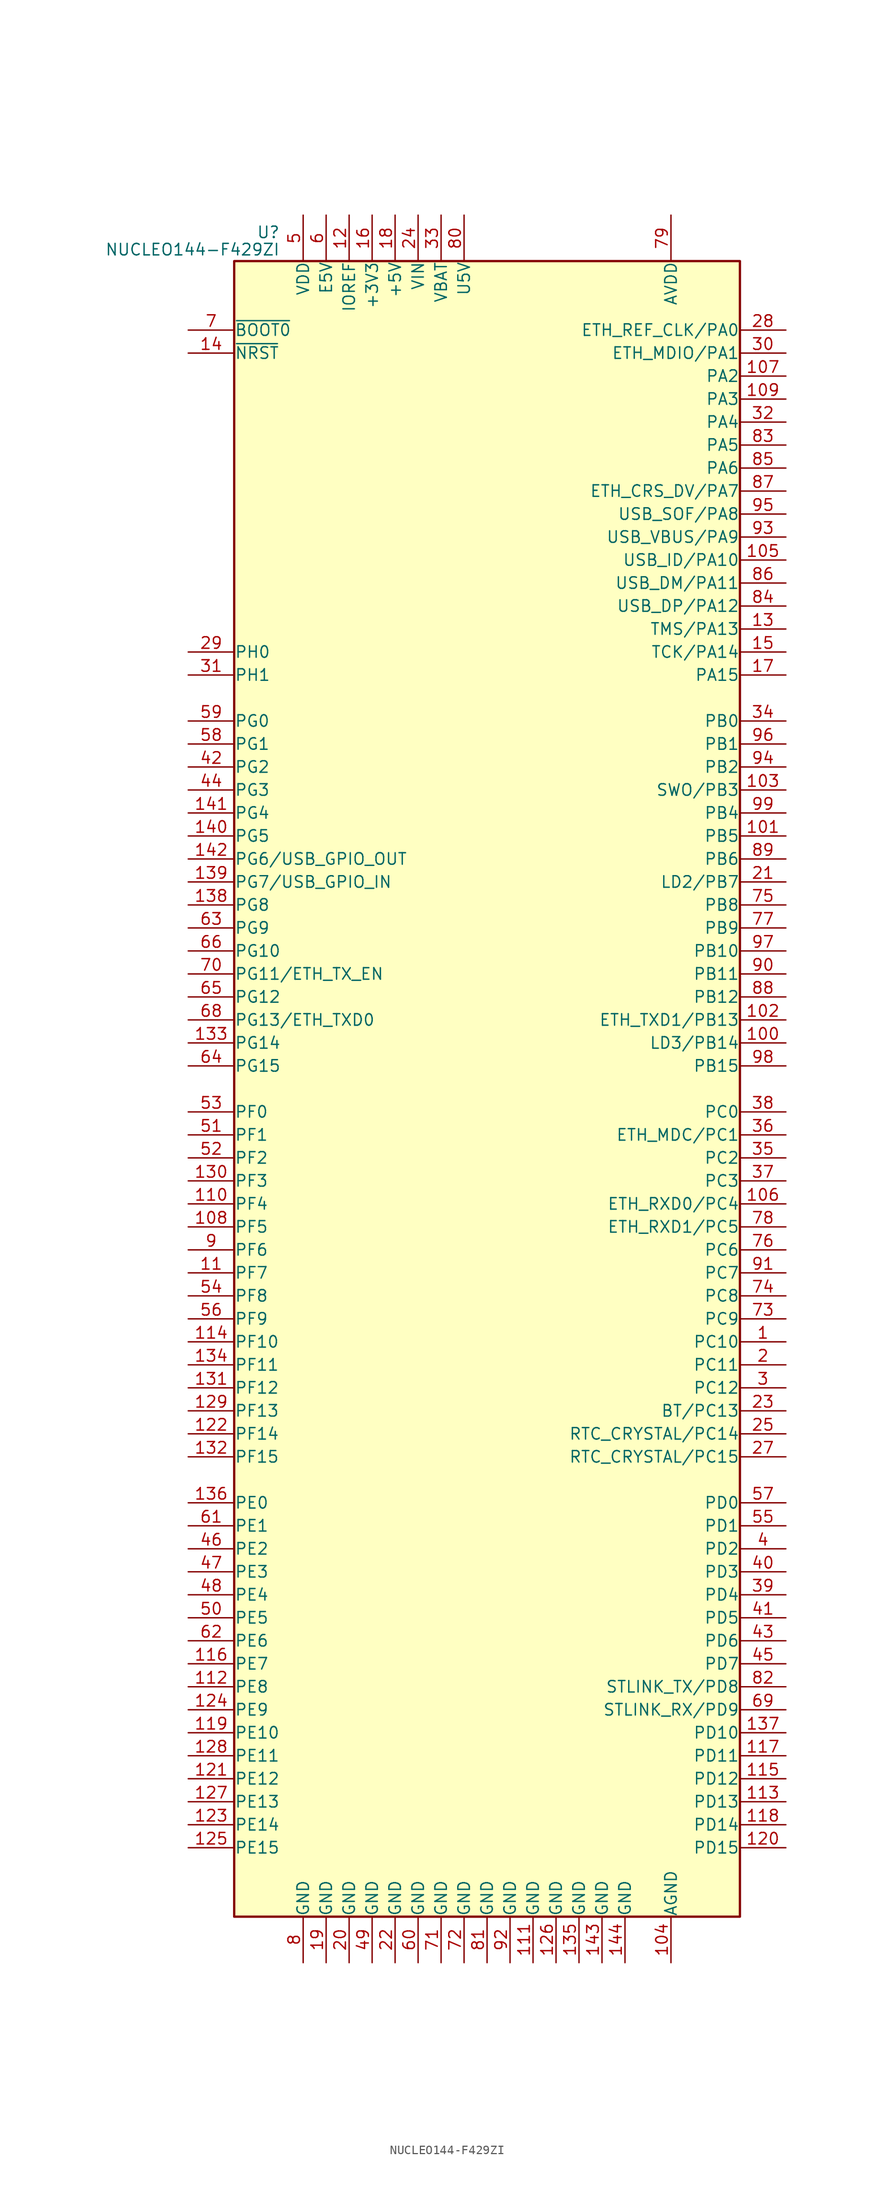
<source format=kicad_sym>
(kicad_symbol_lib
  (version 20201005)
  (generator kicad_symbol_editor)
  (symbol "NUCLEO144-F429ZI"
    (pin_names
      (offset 0.025))
    (property "Reference" "U"
      (at -22.86 94.615 0)
      (effects (font (size 1.27 1.27)) (justify right)))
    (property "Value" "NUCLEO144-F429ZI"
      (at -22.86 92.71 0)
      (effects (font (size 1.27 1.27)) (justify right)))
    (symbol "NUCLEO144-F429ZI_0_1"
      (rectangle (start -27.94 -91.44) (end 27.94 91.44) (stroke (width 0.254)) (fill (type background))))
    (symbol "NUCLEO144-F429ZI_1_1"
      (pin bidirectional line (at 33.02 -27.94 180) (length 5.08) (name "PC10" (effects (font (size 1.27 1.27)))) (number "1" (effects (font (size 1.27 1.27)))))
      (pin no_connect line (at -33.02 55.88 0) (length 5.08) hide (name "NC" (effects (font (size 1.27 1.27)))) (number "10" (effects (font (size 1.27 1.27)))))
      (pin bidirectional line (at 33.02 5.08 180) (length 5.08) (name "LD3/PB14" (effects (font (size 1.27 1.27)))) (number "100" (effects (font (size 1.27 1.27)))))
      (pin bidirectional line (at 33.02 27.94 180) (length 5.08) (name "PB5" (effects (font (size 1.27 1.27)))) (number "101" (effects (font (size 1.27 1.27)))))
      (pin bidirectional line (at 33.02 7.62 180) (length 5.08) (name "ETH_TXD1/PB13" (effects (font (size 1.27 1.27)))) (number "102" (effects (font (size 1.27 1.27)))))
      (pin bidirectional line (at 33.02 33.02 180) (length 5.08) (name "SWO/PB3" (effects (font (size 1.27 1.27)))) (number "103" (effects (font (size 1.27 1.27)))))
      (pin power_in line (at 20.32 -96.52 90) (length 5.08) (name "AGND" (effects (font (size 1.27 1.27)))) (number "104" (effects (font (size 1.27 1.27)))))
      (pin bidirectional line (at 33.02 58.42 180) (length 5.08) (name "USB_ID/PA10" (effects (font (size 1.27 1.27)))) (number "105" (effects (font (size 1.27 1.27)))))
      (pin bidirectional line (at 33.02 -12.7 180) (length 5.08) (name "ETH_RXD0/PC4" (effects (font (size 1.27 1.27)))) (number "106" (effects (font (size 1.27 1.27)))))
      (pin bidirectional line (at 33.02 78.74 180) (length 5.08) (name "PA2" (effects (font (size 1.27 1.27)))) (number "107" (effects (font (size 1.27 1.27)))))
      (pin bidirectional line (at -33.02 -15.24 0) (length 5.08) (name "PF5" (effects (font (size 1.27 1.27)))) (number "108" (effects (font (size 1.27 1.27)))))
      (pin bidirectional line (at 33.02 76.2 180) (length 5.08) (name "PA3" (effects (font (size 1.27 1.27)))) (number "109" (effects (font (size 1.27 1.27)))))
      (pin bidirectional line (at -33.02 -20.32 0) (length 5.08) (name "PF7" (effects (font (size 1.27 1.27)))) (number "11" (effects (font (size 1.27 1.27)))))
      (pin bidirectional line (at -33.02 -12.7 0) (length 5.08) (name "PF4" (effects (font (size 1.27 1.27)))) (number "110" (effects (font (size 1.27 1.27)))))
      (pin power_in line (at 5.08 -96.52 90) (length 5.08) (name "GND" (effects (font (size 1.27 1.27)))) (number "111" (effects (font (size 1.27 1.27)))))
      (pin bidirectional line (at -33.02 -66.04 0) (length 5.08) (name "PE8" (effects (font (size 1.27 1.27)))) (number "112" (effects (font (size 1.27 1.27)))))
      (pin bidirectional line (at 33.02 -78.74 180) (length 5.08) (name "PD13" (effects (font (size 1.27 1.27)))) (number "113" (effects (font (size 1.27 1.27)))))
      (pin bidirectional line (at -33.02 -27.94 0) (length 5.08) (name "PF10" (effects (font (size 1.27 1.27)))) (number "114" (effects (font (size 1.27 1.27)))))
      (pin bidirectional line (at 33.02 -76.2 180) (length 5.08) (name "PD12" (effects (font (size 1.27 1.27)))) (number "115" (effects (font (size 1.27 1.27)))))
      (pin bidirectional line (at -33.02 -63.5 0) (length 5.08) (name "PE7" (effects (font (size 1.27 1.27)))) (number "116" (effects (font (size 1.27 1.27)))))
      (pin bidirectional line (at 33.02 -73.66 180) (length 5.08) (name "PD11" (effects (font (size 1.27 1.27)))) (number "117" (effects (font (size 1.27 1.27)))))
      (pin bidirectional line (at 33.02 -81.28 180) (length 5.08) (name "PD14" (effects (font (size 1.27 1.27)))) (number "118" (effects (font (size 1.27 1.27)))))
      (pin bidirectional line (at -33.02 -71.12 0) (length 5.08) (name "PE10" (effects (font (size 1.27 1.27)))) (number "119" (effects (font (size 1.27 1.27)))))
      (pin power_in line (at -15.24 96.52 270) (length 5.08) (name "IOREF" (effects (font (size 1.27 1.27)))) (number "12" (effects (font (size 1.27 1.27)))))
      (pin bidirectional line (at 33.02 -83.82 180) (length 5.08) (name "PD15" (effects (font (size 1.27 1.27)))) (number "120" (effects (font (size 1.27 1.27)))))
      (pin bidirectional line (at -33.02 -76.2 0) (length 5.08) (name "PE12" (effects (font (size 1.27 1.27)))) (number "121" (effects (font (size 1.27 1.27)))))
      (pin bidirectional line (at -33.02 -38.1 0) (length 5.08) (name "PF14" (effects (font (size 1.27 1.27)))) (number "122" (effects (font (size 1.27 1.27)))))
      (pin bidirectional line (at -33.02 -81.28 0) (length 5.08) (name "PE14" (effects (font (size 1.27 1.27)))) (number "123" (effects (font (size 1.27 1.27)))))
      (pin bidirectional line (at -33.02 -68.58 0) (length 5.08) (name "PE9" (effects (font (size 1.27 1.27)))) (number "124" (effects (font (size 1.27 1.27)))))
      (pin bidirectional line (at -33.02 -83.82 0) (length 5.08) (name "PE15" (effects (font (size 1.27 1.27)))) (number "125" (effects (font (size 1.27 1.27)))))
      (pin power_in line (at 7.62 -96.52 90) (length 5.08) (name "GND" (effects (font (size 1.27 1.27)))) (number "126" (effects (font (size 1.27 1.27)))))
      (pin bidirectional line (at -33.02 -78.74 0) (length 5.08) (name "PE13" (effects (font (size 1.27 1.27)))) (number "127" (effects (font (size 1.27 1.27)))))
      (pin bidirectional line (at -33.02 -73.66 0) (length 5.08) (name "PE11" (effects (font (size 1.27 1.27)))) (number "128" (effects (font (size 1.27 1.27)))))
      (pin bidirectional line (at -33.02 -35.56 0) (length 5.08) (name "PF13" (effects (font (size 1.27 1.27)))) (number "129" (effects (font (size 1.27 1.27)))))
      (pin bidirectional line (at 33.02 50.8 180) (length 5.08) (name "TMS/PA13" (effects (font (size 1.27 1.27)))) (number "13" (effects (font (size 1.27 1.27)))))
      (pin bidirectional line (at -33.02 -10.16 0) (length 5.08) (name "PF3" (effects (font (size 1.27 1.27)))) (number "130" (effects (font (size 1.27 1.27)))))
      (pin bidirectional line (at -33.02 -33.02 0) (length 5.08) (name "PF12" (effects (font (size 1.27 1.27)))) (number "131" (effects (font (size 1.27 1.27)))))
      (pin bidirectional line (at -33.02 -40.64 0) (length 5.08) (name "PF15" (effects (font (size 1.27 1.27)))) (number "132" (effects (font (size 1.27 1.27)))))
      (pin bidirectional line (at -33.02 5.08 0) (length 5.08) (name "PG14" (effects (font (size 1.27 1.27)))) (number "133" (effects (font (size 1.27 1.27)))))
      (pin bidirectional line (at -33.02 -30.48 0) (length 5.08) (name "PF11" (effects (font (size 1.27 1.27)))) (number "134" (effects (font (size 1.27 1.27)))))
      (pin power_in line (at 10.16 -96.52 90) (length 5.08) (name "GND" (effects (font (size 1.27 1.27)))) (number "135" (effects (font (size 1.27 1.27)))))
      (pin bidirectional line (at -33.02 -45.72 0) (length 5.08) (name "PE0" (effects (font (size 1.27 1.27)))) (number "136" (effects (font (size 1.27 1.27)))))
      (pin bidirectional line (at 33.02 -71.12 180) (length 5.08) (name "PD10" (effects (font (size 1.27 1.27)))) (number "137" (effects (font (size 1.27 1.27)))))
      (pin bidirectional line (at -33.02 20.32 0) (length 5.08) (name "PG8" (effects (font (size 1.27 1.27)))) (number "138" (effects (font (size 1.27 1.27)))))
      (pin bidirectional line (at -33.02 22.86 0) (length 5.08) (name "PG7/USB_GPIO_IN" (effects (font (size 1.27 1.27)))) (number "139" (effects (font (size 1.27 1.27)))))
      (pin input line (at -33.02 81.28 0) (length 5.08) (name "~NRST" (effects (font (size 1.27 1.27)))) (number "14" (effects (font (size 1.27 1.27)))))
      (pin bidirectional line (at -33.02 27.94 0) (length 5.08) (name "PG5" (effects (font (size 1.27 1.27)))) (number "140" (effects (font (size 1.27 1.27)))))
      (pin bidirectional line (at -33.02 30.48 0) (length 5.08) (name "PG4" (effects (font (size 1.27 1.27)))) (number "141" (effects (font (size 1.27 1.27)))))
      (pin bidirectional line (at -33.02 25.4 0) (length 5.08) (name "PG6/USB_GPIO_OUT" (effects (font (size 1.27 1.27)))) (number "142" (effects (font (size 1.27 1.27)))))
      (pin power_in line (at 12.7 -96.52 90) (length 5.08) (name "GND" (effects (font (size 1.27 1.27)))) (number "143" (effects (font (size 1.27 1.27)))))
      (pin power_in line (at 15.24 -96.52 90) (length 5.08) (name "GND" (effects (font (size 1.27 1.27)))) (number "144" (effects (font (size 1.27 1.27)))))
      (pin bidirectional line (at 33.02 48.26 180) (length 5.08) (name "TCK/PA14" (effects (font (size 1.27 1.27)))) (number "15" (effects (font (size 1.27 1.27)))))
      (pin power_in line (at -12.7 96.52 270) (length 5.08) (name "+3V3" (effects (font (size 1.27 1.27)))) (number "16" (effects (font (size 1.27 1.27)))))
      (pin bidirectional line (at 33.02 45.72 180) (length 5.08) (name "PA15" (effects (font (size 1.27 1.27)))) (number "17" (effects (font (size 1.27 1.27)))))
      (pin power_in line (at -10.16 96.52 270) (length 5.08) (name "+5V" (effects (font (size 1.27 1.27)))) (number "18" (effects (font (size 1.27 1.27)))))
      (pin power_in line (at -17.78 -96.52 90) (length 5.08) (name "GND" (effects (font (size 1.27 1.27)))) (number "19" (effects (font (size 1.27 1.27)))))
      (pin bidirectional line (at 33.02 -30.48 180) (length 5.08) (name "PC11" (effects (font (size 1.27 1.27)))) (number "2" (effects (font (size 1.27 1.27)))))
      (pin power_in line (at -15.24 -96.52 90) (length 5.08) (name "GND" (effects (font (size 1.27 1.27)))) (number "20" (effects (font (size 1.27 1.27)))))
      (pin bidirectional line (at 33.02 22.86 180) (length 5.08) (name "LD2/PB7" (effects (font (size 1.27 1.27)))) (number "21" (effects (font (size 1.27 1.27)))))
      (pin power_in line (at -10.16 -96.52 90) (length 5.08) (name "GND" (effects (font (size 1.27 1.27)))) (number "22" (effects (font (size 1.27 1.27)))))
      (pin bidirectional line (at 33.02 -35.56 180) (length 5.08) (name "BT/PC13" (effects (font (size 1.27 1.27)))) (number "23" (effects (font (size 1.27 1.27)))))
      (pin power_in line (at -7.62 96.52 270) (length 5.08) (name "VIN" (effects (font (size 1.27 1.27)))) (number "24" (effects (font (size 1.27 1.27)))))
      (pin bidirectional line (at 33.02 -38.1 180) (length 5.08) (name "RTC_CRYSTAL/PC14" (effects (font (size 1.27 1.27)))) (number "25" (effects (font (size 1.27 1.27)))))
      (pin no_connect line (at -33.02 58.42 0) (length 5.08) hide (name "NC" (effects (font (size 1.27 1.27)))) (number "26" (effects (font (size 1.27 1.27)))))
      (pin bidirectional line (at 33.02 -40.64 180) (length 5.08) (name "RTC_CRYSTAL/PC15" (effects (font (size 1.27 1.27)))) (number "27" (effects (font (size 1.27 1.27)))))
      (pin bidirectional line (at 33.02 83.82 180) (length 5.08) (name "ETH_REF_CLK/PA0" (effects (font (size 1.27 1.27)))) (number "28" (effects (font (size 1.27 1.27)))))
      (pin bidirectional line (at -33.02 48.26 0) (length 5.08) (name "PH0" (effects (font (size 1.27 1.27)))) (number "29" (effects (font (size 1.27 1.27)))))
      (pin bidirectional line (at 33.02 -33.02 180) (length 5.08) (name "PC12" (effects (font (size 1.27 1.27)))) (number "3" (effects (font (size 1.27 1.27)))))
      (pin bidirectional line (at 33.02 81.28 180) (length 5.08) (name "ETH_MDIO/PA1" (effects (font (size 1.27 1.27)))) (number "30" (effects (font (size 1.27 1.27)))))
      (pin bidirectional line (at -33.02 45.72 0) (length 5.08) (name "PH1" (effects (font (size 1.27 1.27)))) (number "31" (effects (font (size 1.27 1.27)))))
      (pin bidirectional line (at 33.02 73.66 180) (length 5.08) (name "PA4" (effects (font (size 1.27 1.27)))) (number "32" (effects (font (size 1.27 1.27)))))
      (pin power_in line (at -5.08 96.52 270) (length 5.08) (name "VBAT" (effects (font (size 1.27 1.27)))) (number "33" (effects (font (size 1.27 1.27)))))
      (pin bidirectional line (at 33.02 40.64 180) (length 5.08) (name "PB0" (effects (font (size 1.27 1.27)))) (number "34" (effects (font (size 1.27 1.27)))))
      (pin bidirectional line (at 33.02 -7.62 180) (length 5.08) (name "PC2" (effects (font (size 1.27 1.27)))) (number "35" (effects (font (size 1.27 1.27)))))
      (pin bidirectional line (at 33.02 -5.08 180) (length 5.08) (name "ETH_MDC/PC1" (effects (font (size 1.27 1.27)))) (number "36" (effects (font (size 1.27 1.27)))))
      (pin bidirectional line (at 33.02 -10.16 180) (length 5.08) (name "PC3" (effects (font (size 1.27 1.27)))) (number "37" (effects (font (size 1.27 1.27)))))
      (pin bidirectional line (at 33.02 -2.54 180) (length 5.08) (name "PC0" (effects (font (size 1.27 1.27)))) (number "38" (effects (font (size 1.27 1.27)))))
      (pin bidirectional line (at 33.02 -55.88 180) (length 5.08) (name "PD4" (effects (font (size 1.27 1.27)))) (number "39" (effects (font (size 1.27 1.27)))))
      (pin bidirectional line (at 33.02 -50.8 180) (length 5.08) (name "PD2" (effects (font (size 1.27 1.27)))) (number "4" (effects (font (size 1.27 1.27)))))
      (pin bidirectional line (at 33.02 -53.34 180) (length 5.08) (name "PD3" (effects (font (size 1.27 1.27)))) (number "40" (effects (font (size 1.27 1.27)))))
      (pin bidirectional line (at 33.02 -58.42 180) (length 5.08) (name "PD5" (effects (font (size 1.27 1.27)))) (number "41" (effects (font (size 1.27 1.27)))))
      (pin bidirectional line (at -33.02 35.56 0) (length 5.08) (name "PG2" (effects (font (size 1.27 1.27)))) (number "42" (effects (font (size 1.27 1.27)))))
      (pin bidirectional line (at 33.02 -60.96 180) (length 5.08) (name "PD6" (effects (font (size 1.27 1.27)))) (number "43" (effects (font (size 1.27 1.27)))))
      (pin bidirectional line (at -33.02 33.02 0) (length 5.08) (name "PG3" (effects (font (size 1.27 1.27)))) (number "44" (effects (font (size 1.27 1.27)))))
      (pin bidirectional line (at 33.02 -63.5 180) (length 5.08) (name "PD7" (effects (font (size 1.27 1.27)))) (number "45" (effects (font (size 1.27 1.27)))))
      (pin bidirectional line (at -33.02 -50.8 0) (length 5.08) (name "PE2" (effects (font (size 1.27 1.27)))) (number "46" (effects (font (size 1.27 1.27)))))
      (pin bidirectional line (at -33.02 -53.34 0) (length 5.08) (name "PE3" (effects (font (size 1.27 1.27)))) (number "47" (effects (font (size 1.27 1.27)))))
      (pin bidirectional line (at -33.02 -55.88 0) (length 5.08) (name "PE4" (effects (font (size 1.27 1.27)))) (number "48" (effects (font (size 1.27 1.27)))))
      (pin power_in line (at -12.7 -96.52 90) (length 5.08) (name "GND" (effects (font (size 1.27 1.27)))) (number "49" (effects (font (size 1.27 1.27)))))
      (pin power_in line (at -20.32 96.52 270) (length 5.08) (name "VDD" (effects (font (size 1.27 1.27)))) (number "5" (effects (font (size 1.27 1.27)))))
      (pin bidirectional line (at -33.02 -58.42 0) (length 5.08) (name "PE5" (effects (font (size 1.27 1.27)))) (number "50" (effects (font (size 1.27 1.27)))))
      (pin bidirectional line (at -33.02 -5.08 0) (length 5.08) (name "PF1" (effects (font (size 1.27 1.27)))) (number "51" (effects (font (size 1.27 1.27)))))
      (pin bidirectional line (at -33.02 -7.62 0) (length 5.08) (name "PF2" (effects (font (size 1.27 1.27)))) (number "52" (effects (font (size 1.27 1.27)))))
      (pin bidirectional line (at -33.02 -2.54 0) (length 5.08) (name "PF0" (effects (font (size 1.27 1.27)))) (number "53" (effects (font (size 1.27 1.27)))))
      (pin bidirectional line (at -33.02 -22.86 0) (length 5.08) (name "PF8" (effects (font (size 1.27 1.27)))) (number "54" (effects (font (size 1.27 1.27)))))
      (pin bidirectional line (at 33.02 -48.26 180) (length 5.08) (name "PD1" (effects (font (size 1.27 1.27)))) (number "55" (effects (font (size 1.27 1.27)))))
      (pin bidirectional line (at -33.02 -25.4 0) (length 5.08) (name "PF9" (effects (font (size 1.27 1.27)))) (number "56" (effects (font (size 1.27 1.27)))))
      (pin bidirectional line (at 33.02 -45.72 180) (length 5.08) (name "PD0" (effects (font (size 1.27 1.27)))) (number "57" (effects (font (size 1.27 1.27)))))
      (pin bidirectional line (at -33.02 38.1 0) (length 5.08) (name "PG1" (effects (font (size 1.27 1.27)))) (number "58" (effects (font (size 1.27 1.27)))))
      (pin bidirectional line (at -33.02 40.64 0) (length 5.08) (name "PG0" (effects (font (size 1.27 1.27)))) (number "59" (effects (font (size 1.27 1.27)))))
      (pin power_in line (at -17.78 96.52 270) (length 5.08) (name "E5V" (effects (font (size 1.27 1.27)))) (number "6" (effects (font (size 1.27 1.27)))))
      (pin power_in line (at -7.62 -96.52 90) (length 5.08) (name "GND" (effects (font (size 1.27 1.27)))) (number "60" (effects (font (size 1.27 1.27)))))
      (pin bidirectional line (at -33.02 -48.26 0) (length 5.08) (name "PE1" (effects (font (size 1.27 1.27)))) (number "61" (effects (font (size 1.27 1.27)))))
      (pin bidirectional line (at -33.02 -60.96 0) (length 5.08) (name "PE6" (effects (font (size 1.27 1.27)))) (number "62" (effects (font (size 1.27 1.27)))))
      (pin bidirectional line (at -33.02 17.78 0) (length 5.08) (name "PG9" (effects (font (size 1.27 1.27)))) (number "63" (effects (font (size 1.27 1.27)))))
      (pin bidirectional line (at -33.02 2.54 0) (length 5.08) (name "PG15" (effects (font (size 1.27 1.27)))) (number "64" (effects (font (size 1.27 1.27)))))
      (pin bidirectional line (at -33.02 10.16 0) (length 5.08) (name "PG12" (effects (font (size 1.27 1.27)))) (number "65" (effects (font (size 1.27 1.27)))))
      (pin bidirectional line (at -33.02 15.24 0) (length 5.08) (name "PG10" (effects (font (size 1.27 1.27)))) (number "66" (effects (font (size 1.27 1.27)))))
      (pin no_connect line (at -33.02 53.34 0) (length 5.08) hide (name "NC" (effects (font (size 1.27 1.27)))) (number "67" (effects (font (size 1.27 1.27)))))
      (pin bidirectional line (at -33.02 7.62 0) (length 5.08) (name "PG13/ETH_TXD0" (effects (font (size 1.27 1.27)))) (number "68" (effects (font (size 1.27 1.27)))))
      (pin bidirectional line (at 33.02 -68.58 180) (length 5.08) (name "STLINK_RX/PD9" (effects (font (size 1.27 1.27)))) (number "69" (effects (font (size 1.27 1.27)))))
      (pin input line (at -33.02 83.82 0) (length 5.08) (name "~BOOT0" (effects (font (size 1.27 1.27)))) (number "7" (effects (font (size 1.27 1.27)))))
      (pin bidirectional line (at -33.02 12.7 0) (length 5.08) (name "PG11/ETH_TX_EN" (effects (font (size 1.27 1.27)))) (number "70" (effects (font (size 1.27 1.27)))))
      (pin power_in line (at -5.08 -96.52 90) (length 5.08) (name "GND" (effects (font (size 1.27 1.27)))) (number "71" (effects (font (size 1.27 1.27)))))
      (pin power_in line (at -2.54 -96.52 90) (length 5.08) (name "GND" (effects (font (size 1.27 1.27)))) (number "72" (effects (font (size 1.27 1.27)))))
      (pin bidirectional line (at 33.02 -25.4 180) (length 5.08) (name "PC9" (effects (font (size 1.27 1.27)))) (number "73" (effects (font (size 1.27 1.27)))))
      (pin bidirectional line (at 33.02 -22.86 180) (length 5.08) (name "PC8" (effects (font (size 1.27 1.27)))) (number "74" (effects (font (size 1.27 1.27)))))
      (pin bidirectional line (at 33.02 20.32 180) (length 5.08) (name "PB8" (effects (font (size 1.27 1.27)))) (number "75" (effects (font (size 1.27 1.27)))))
      (pin bidirectional line (at 33.02 -17.78 180) (length 5.08) (name "PC6" (effects (font (size 1.27 1.27)))) (number "76" (effects (font (size 1.27 1.27)))))
      (pin bidirectional line (at 33.02 17.78 180) (length 5.08) (name "PB9" (effects (font (size 1.27 1.27)))) (number "77" (effects (font (size 1.27 1.27)))))
      (pin bidirectional line (at 33.02 -15.24 180) (length 5.08) (name "ETH_RXD1/PC5" (effects (font (size 1.27 1.27)))) (number "78" (effects (font (size 1.27 1.27)))))
      (pin power_in line (at 20.32 96.52 270) (length 5.08) (name "AVDD" (effects (font (size 1.27 1.27)))) (number "79" (effects (font (size 1.27 1.27)))))
      (pin power_in line (at -20.32 -96.52 90) (length 5.08) (name "GND" (effects (font (size 1.27 1.27)))) (number "8" (effects (font (size 1.27 1.27)))))
      (pin power_in line (at -2.54 96.52 270) (length 5.08) (name "U5V" (effects (font (size 1.27 1.27)))) (number "80" (effects (font (size 1.27 1.27)))))
      (pin power_in line (at 0 -96.52 90) (length 5.08) (name "GND" (effects (font (size 1.27 1.27)))) (number "81" (effects (font (size 1.27 1.27)))))
      (pin bidirectional line (at 33.02 -66.04 180) (length 5.08) (name "STLINK_TX/PD8" (effects (font (size 1.27 1.27)))) (number "82" (effects (font (size 1.27 1.27)))))
      (pin bidirectional line (at 33.02 71.12 180) (length 5.08) (name "PA5" (effects (font (size 1.27 1.27)))) (number "83" (effects (font (size 1.27 1.27)))))
      (pin bidirectional line (at 33.02 53.34 180) (length 5.08) (name "USB_DP/PA12" (effects (font (size 1.27 1.27)))) (number "84" (effects (font (size 1.27 1.27)))))
      (pin bidirectional line (at 33.02 68.58 180) (length 5.08) (name "PA6" (effects (font (size 1.27 1.27)))) (number "85" (effects (font (size 1.27 1.27)))))
      (pin bidirectional line (at 33.02 55.88 180) (length 5.08) (name "USB_DM/PA11" (effects (font (size 1.27 1.27)))) (number "86" (effects (font (size 1.27 1.27)))))
      (pin bidirectional line (at 33.02 66.04 180) (length 5.08) (name "ETH_CRS_DV/PA7" (effects (font (size 1.27 1.27)))) (number "87" (effects (font (size 1.27 1.27)))))
      (pin bidirectional line (at 33.02 10.16 180) (length 5.08) (name "PB12" (effects (font (size 1.27 1.27)))) (number "88" (effects (font (size 1.27 1.27)))))
      (pin bidirectional line (at 33.02 25.4 180) (length 5.08) (name "PB6" (effects (font (size 1.27 1.27)))) (number "89" (effects (font (size 1.27 1.27)))))
      (pin bidirectional line (at -33.02 -17.78 0) (length 5.08) (name "PF6" (effects (font (size 1.27 1.27)))) (number "9" (effects (font (size 1.27 1.27)))))
      (pin bidirectional line (at 33.02 12.7 180) (length 5.08) (name "PB11" (effects (font (size 1.27 1.27)))) (number "90" (effects (font (size 1.27 1.27)))))
      (pin bidirectional line (at 33.02 -20.32 180) (length 5.08) (name "PC7" (effects (font (size 1.27 1.27)))) (number "91" (effects (font (size 1.27 1.27)))))
      (pin power_in line (at 2.54 -96.52 90) (length 5.08) (name "GND" (effects (font (size 1.27 1.27)))) (number "92" (effects (font (size 1.27 1.27)))))
      (pin bidirectional line (at 33.02 60.96 180) (length 5.08) (name "USB_VBUS/PA9" (effects (font (size 1.27 1.27)))) (number "93" (effects (font (size 1.27 1.27)))))
      (pin bidirectional line (at 33.02 35.56 180) (length 5.08) (name "PB2" (effects (font (size 1.27 1.27)))) (number "94" (effects (font (size 1.27 1.27)))))
      (pin bidirectional line (at 33.02 63.5 180) (length 5.08) (name "USB_SOF/PA8" (effects (font (size 1.27 1.27)))) (number "95" (effects (font (size 1.27 1.27)))))
      (pin bidirectional line (at 33.02 38.1 180) (length 5.08) (name "PB1" (effects (font (size 1.27 1.27)))) (number "96" (effects (font (size 1.27 1.27)))))
      (pin bidirectional line (at 33.02 15.24 180) (length 5.08) (name "PB10" (effects (font (size 1.27 1.27)))) (number "97" (effects (font (size 1.27 1.27)))))
      (pin bidirectional line (at 33.02 2.54 180) (length 5.08) (name "PB15" (effects (font (size 1.27 1.27)))) (number "98" (effects (font (size 1.27 1.27)))))
      (pin bidirectional line (at 33.02 30.48 180) (length 5.08) (name "PB4" (effects (font (size 1.27 1.27)))) (number "99" (effects (font (size 1.27 1.27))))))))
</source>
